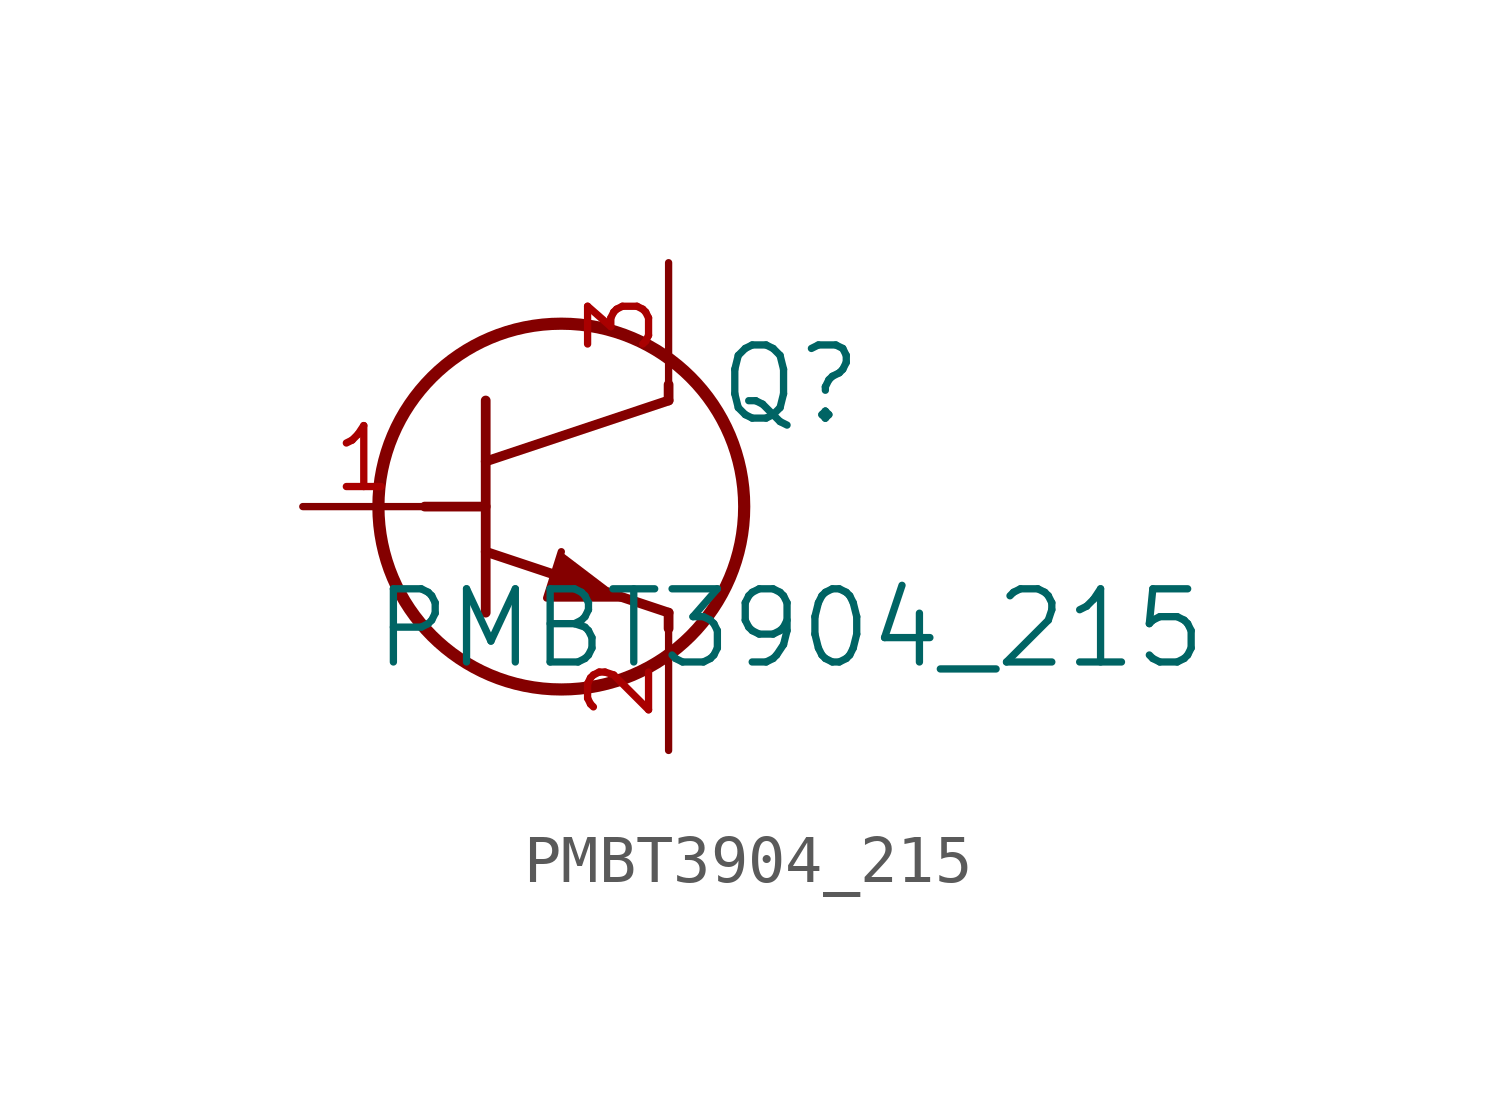
<source format=kicad_sym>
(kicad_symbol_lib
  (version 20211014)
  (generator kicad_symbol_editor)
  (symbol "PMBT3904_215"
    (pin_names
      (offset 0.254))
    (property "Reference" "Q"
      (at 10.16 2.54 0)
      (effects (font (size 1.524 1.524))))
    (property "Value" "PMBT3904_215"
      (at 10.16 -2.54 0)
      (effects (font (size 1.524 1.524))))
    (symbol "PMBT3904_215_0_1"
      (circle (center 5.385 0) (radius 3.81) (stroke (width 0.254) (type default) (color 0 0 0 0)) (fill (type none)))
      (polyline (pts (xy 3.81 -2.21) (xy 3.81 2.21)) (stroke (width 0.203) (type default) (color 0 0 0 0)) (fill (type none)))
      (polyline (pts (xy 3.81 0.94) (xy 7.62 2.21)) (stroke (width 0.203) (type default) (color 0 0 0 0)) (fill (type none)))
      (polyline (pts (xy 3.81 -0.94) (xy 7.62 -2.21)) (stroke (width 0.203) (type default) (color 0 0 0 0)) (fill (type none)))
      (polyline (pts (xy 7.62 -2.54) (xy 7.62 -2.21)) (stroke (width 0.203) (type default) (color 0 0 0 0)) (fill (type none)))
      (polyline (pts (xy 7.62 2.21) (xy 7.62 2.54)) (stroke (width 0.203) (type default) (color 0 0 0 0)) (fill (type none)))
      (polyline (pts (xy 2.54 0) (xy 3.81 0)) (stroke (width 0.203) (type default) (color 0 0 0 0)) (fill (type none)))
      (polyline (pts (xy 5.385 -0.94) (xy 5.08 -1.905) (xy 6.655 -1.905)) (stroke (width 0) (type default) (color 0 0 0 0)) (fill (type outline)))
      (pin unspecified line (at 0 0 0) (length 2.54) (name "" (effects (font (size 1.27 1.27)))) (number "1" (effects (font (size 1.27 1.27)))))
      (pin unspecified line (at 7.62 -5.08 90) (length 2.54) (name "" (effects (font (size 1.27 1.27)))) (number "2" (effects (font (size 1.27 1.27)))))
      (pin unspecified line (at 7.62 5.08 270) (length 2.54) (name "" (effects (font (size 1.27 1.27)))) (number "3" (effects (font (size 1.27 1.27))))))))
</source>
